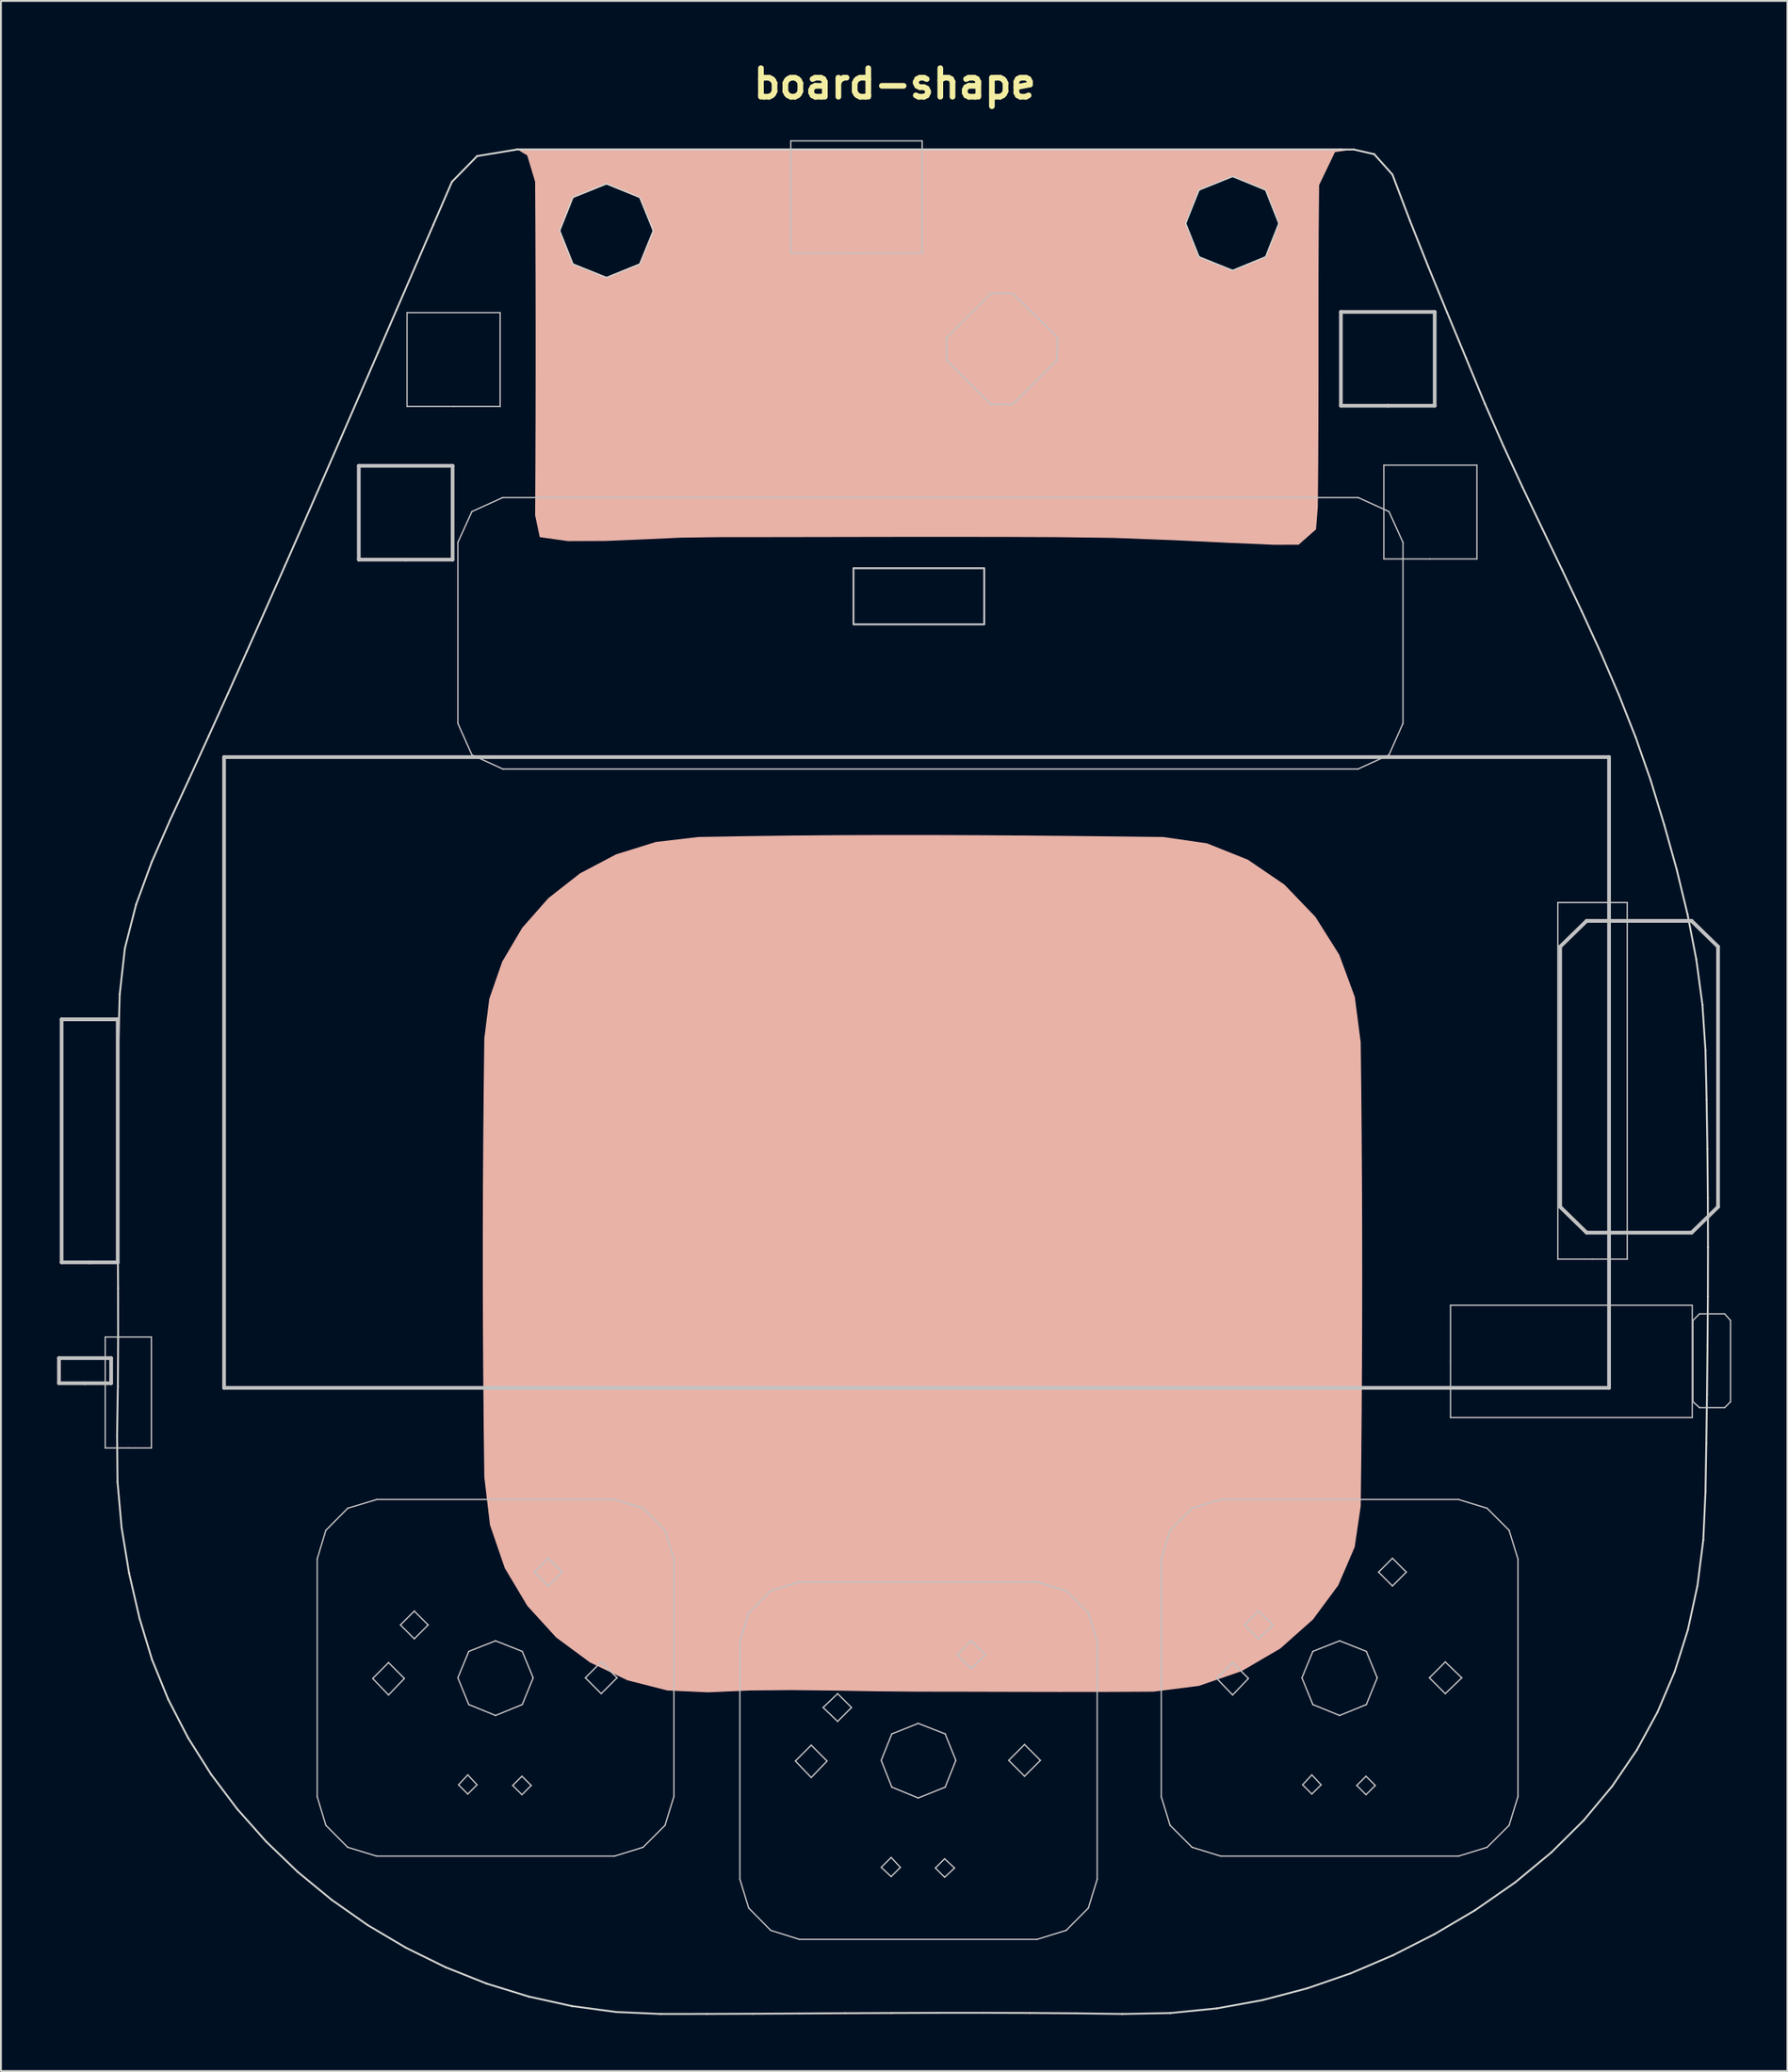
<source format=kicad_pcb>
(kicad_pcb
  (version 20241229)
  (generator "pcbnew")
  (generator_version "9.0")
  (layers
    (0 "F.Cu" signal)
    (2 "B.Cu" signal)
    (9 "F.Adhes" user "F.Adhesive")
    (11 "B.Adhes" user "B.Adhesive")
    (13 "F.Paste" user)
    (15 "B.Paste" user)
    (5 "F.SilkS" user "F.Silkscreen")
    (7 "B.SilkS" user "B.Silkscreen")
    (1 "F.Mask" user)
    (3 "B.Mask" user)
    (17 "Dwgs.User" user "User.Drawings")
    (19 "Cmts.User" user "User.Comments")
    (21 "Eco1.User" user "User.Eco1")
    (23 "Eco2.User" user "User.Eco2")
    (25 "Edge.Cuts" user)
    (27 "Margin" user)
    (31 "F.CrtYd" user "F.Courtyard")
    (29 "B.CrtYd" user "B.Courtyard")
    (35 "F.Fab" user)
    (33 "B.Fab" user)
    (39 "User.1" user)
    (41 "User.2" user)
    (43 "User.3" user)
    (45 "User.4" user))
  (footprint "board-shape"
    (layer "F.Cu")
    (at 44.743 54.569)
    (property "Reference" "board-shape" (at 0 -53.143 0) (layer "F.SilkS") (effects (font (size 1.524 1.524) (thickness 0.305))))
    (attr smd)
    (fp_line (start -17.903 -45.297) (end -17.194 -47.078) (stroke (width 0.07) (type solid)) (layer "B.SilkS"))
    (fp_line (start -17.194 -47.078) (end -15.399 -47.801) (stroke (width 0.07) (type solid)) (layer "B.SilkS"))
    (fp_line (start -17.194 -43.515) (end -17.903 -45.297) (stroke (width 0.07) (type solid)) (layer "B.SilkS"))
    (fp_line (start -15.399 -47.801) (end -13.617 -47.078) (stroke (width 0.07) (type solid)) (layer "B.SilkS"))
    (fp_line (start -15.399 -42.792) (end -17.194 -43.515) (stroke (width 0.07) (type solid)) (layer "B.SilkS"))
    (fp_line (start -13.617 -47.078) (end -12.894 -45.297) (stroke (width 0.07) (type solid)) (layer "B.SilkS"))
    (fp_line (start -13.617 -43.515) (end -15.399 -42.792) (stroke (width 0.07) (type solid)) (layer "B.SilkS"))
    (fp_line (start -12.894 -45.297) (end -13.617 -43.515) (stroke (width 0.07) (type solid)) (layer "B.SilkS"))
    (fp_poly (pts (xy -20.161 -49.638) (xy 18.044 -48.189) (xy 19.808 -47.466) (xy 20.514 -45.685) (xy 19.808 -43.903) (xy 18.044 -43.18) (xy 16.25 -43.903) (xy 15.54 -45.685) (xy 16.25 -47.466) (xy 18.044 -48.189) (xy -20.161 -49.638) (xy -15.399 -47.801) (xy -13.617 -47.078) (xy -12.894 -45.297) (xy -13.617 -43.515) (xy -15.399 -42.792) (xy -17.193 -43.515) (xy -17.903 -45.297) (xy -17.193 -47.078) (xy -15.399 -47.801) (xy -20.161 -49.638) (xy -19.632 -49.318) (xy -19.209 -47.907) (xy -19.196 -45.354) (xy -19.187 -42.805) (xy -19.183 -40.259) (xy -19.183 -37.715) (xy -19.187 -35.173) (xy -19.196 -32.632) (xy -19.209 -30.092) (xy -18.962 -28.928) (xy -17.445 -28.716) (xy -15.44 -28.724) (xy -13.441 -28.809) (xy -11.442 -28.9) (xy -9.437 -28.928) (xy -6.862 -28.93) (xy -4.281 -28.934) (xy -1.696 -28.939) (xy 0.893 -28.943) (xy 3.484 -28.943) (xy 6.073 -28.939) (xy 8.66 -28.928) (xy 11.697 -28.888) (xy 14.907 -28.765) (xy 17.89 -28.623) (xy 20.246 -28.521) (xy 21.571 -28.523) (xy 22.502 -29.345) (xy 22.596 -30.551) (xy 22.618 -33.013) (xy 22.628 -35.472) (xy 22.631 -37.927) (xy 22.631 -40.38) (xy 22.633 -42.832) (xy 22.643 -45.282) (xy 22.666 -47.731) (xy 23.513 -49.495) (xy 24.394 -49.617) (xy 24.394 -49.638) (xy -20.161 -49.638)) (stroke (width 0) (type solid)) (fill yes) (layer "B.SilkS"))
    (fp_poly (pts (xy 1.217 32.738) (xy -1.03 32.718) (xy -3.278 32.679) (xy -5.522 32.654) (xy -7.753 32.674) (xy -9.966 32.773) (xy -12.147 32.674) (xy -14.275 32.132) (xy -16.28 31.177) (xy -18.089 29.841) (xy -19.629 28.151) (xy -20.83 26.14) (xy -21.62 23.837) (xy -21.925 21.272) (xy -21.956 18.672) (xy -21.98 16.07) (xy -21.996 13.467) (xy -22.004 10.863) (xy -22.004 8.258) (xy -21.996 5.654) (xy -21.98 3.05) (xy -21.956 0.448) (xy -21.925 -2.152) (xy -21.658 -4.27) (xy -20.968 -6.254) (xy -19.899 -8.062) (xy -18.499 -9.649) (xy -16.812 -10.971) (xy -14.886 -11.985) (xy -12.765 -12.646) (xy -10.495 -12.912) (xy -8.009 -12.957) (xy -5.525 -12.99) (xy -3.042 -13.01) (xy -0.559 -13.018) (xy 1.923 -13.018) (xy 4.405 -13.008) (xy 6.887 -12.992) (xy 9.37 -12.969) (xy 11.854 -12.942) (xy 14.34 -12.912) (xy 16.676 -12.574) (xy 18.857 -11.702) (xy 20.81 -10.371) (xy 22.462 -8.654) (xy 23.741 -6.627) (xy 24.574 -4.364) (xy 24.888 -1.94) (xy 24.917 0.536) (xy 24.939 3.013) (xy 24.955 5.489) (xy 24.965 7.966) (xy 24.968 10.442) (xy 24.965 12.919) (xy 24.955 15.395) (xy 24.939 17.872) (xy 24.917 20.348) (xy 24.888 22.825) (xy 24.567 25.012) (xy 23.689 27.055) (xy 22.336 28.885) (xy 20.589 30.436) (xy 18.531 31.639) (xy 16.245 32.429) (xy 13.811 32.738) (xy 11.306 32.751) (xy 8.789 32.753) (xy 6.265 32.748) (xy 3.739 32.741) (xy 1.217 32.738) (xy 1.217 32.738)) (stroke (width 0) (type solid)) (fill yes) (layer "B.SilkS"))
    (fp_line (start -44.644 14.922) (end -41.857 14.922) (stroke (width 0.198) (type solid)) (layer "Dwgs.User"))
    (fp_line (start -44.644 16.263) (end -44.644 14.922) (stroke (width 0.198) (type solid)) (layer "Dwgs.User"))
    (fp_line (start -44.503 -3.175) (end -41.504 -3.175) (stroke (width 0.198) (type solid)) (layer "Dwgs.User"))
    (fp_line (start -44.503 9.807) (end -44.503 -3.175) (stroke (width 0.198) (type solid)) (layer "Dwgs.User"))
    (fp_line (start -43.268 16.263) (end -44.644 16.263) (stroke (width 0.198) (type solid)) (layer "Dwgs.User"))
    (fp_line (start -42.986 9.807) (end -44.503 9.807) (stroke (width 0.198) (type solid)) (layer "Dwgs.User"))
    (fp_line (start -42.175 13.794) (end -39.705 13.794) (stroke (width 0.07) (type solid)) (layer "Dwgs.User"))
    (fp_line (start -42.175 19.72) (end -42.175 13.794) (stroke (width 0.07) (type solid)) (layer "Dwgs.User"))
    (fp_line (start -41.857 14.922) (end -41.857 16.263) (stroke (width 0.198) (type solid)) (layer "Dwgs.User"))
    (fp_line (start -41.857 16.263) (end -43.268 16.263) (stroke (width 0.198) (type solid)) (layer "Dwgs.User"))
    (fp_line (start -41.504 -3.175) (end -41.504 9.807) (stroke (width 0.198) (type solid)) (layer "Dwgs.User"))
    (fp_line (start -41.504 9.807) (end -42.986 9.807) (stroke (width 0.198) (type solid)) (layer "Dwgs.User"))
    (fp_line (start -40.94 19.72) (end -42.175 19.72) (stroke (width 0.07) (type solid)) (layer "Dwgs.User"))
    (fp_line (start -39.705 13.794) (end -39.705 19.72) (stroke (width 0.07) (type solid)) (layer "Dwgs.User"))
    (fp_line (start -39.705 19.72) (end -40.94 19.72) (stroke (width 0.07) (type solid)) (layer "Dwgs.User"))
    (fp_line (start -35.825 -17.18) (end 38.153 -17.18) (stroke (width 0.198) (type solid)) (layer "Dwgs.User"))
    (fp_line (start -35.825 16.51) (end -35.825 -17.18) (stroke (width 0.198) (type solid)) (layer "Dwgs.User"))
    (fp_line (start -30.85 25.647) (end -30.85 38.347) (stroke (width 0.07) (type solid)) (layer "Dwgs.User"))
    (fp_line (start -30.85 38.347) (end -30.388 39.876) (stroke (width 0.07) (type solid)) (layer "Dwgs.User"))
    (fp_line (start -30.388 24.118) (end -30.85 25.647) (stroke (width 0.07) (type solid)) (layer "Dwgs.User"))
    (fp_line (start -30.388 39.876) (end -29.22 41.051) (stroke (width 0.07) (type solid)) (layer "Dwgs.User"))
    (fp_line (start -29.22 22.942) (end -30.388 24.118) (stroke (width 0.07) (type solid)) (layer "Dwgs.User"))
    (fp_line (start -29.22 41.051) (end -27.675 41.522) (stroke (width 0.07) (type solid)) (layer "Dwgs.User"))
    (fp_line (start -28.628 -32.738) (end -23.618 -32.738) (stroke (width 0.198) (type solid)) (layer "Dwgs.User"))
    (fp_line (start -28.628 -27.728) (end -28.628 -32.738) (stroke (width 0.198) (type solid)) (layer "Dwgs.User"))
    (fp_line (start -27.887 32.032) (end -27.04 31.185) (stroke (width 0.07) (type solid)) (layer "Dwgs.User"))
    (fp_line (start -27.675 22.472) (end -29.22 22.942) (stroke (width 0.07) (type solid)) (layer "Dwgs.User"))
    (fp_line (start -27.675 41.522) (end -14.975 41.522) (stroke (width 0.07) (type solid)) (layer "Dwgs.User"))
    (fp_line (start -27.04 31.185) (end -26.194 32.032) (stroke (width 0.07) (type solid)) (layer "Dwgs.User"))
    (fp_line (start -27.04 32.914) (end -27.887 32.032) (stroke (width 0.07) (type solid)) (layer "Dwgs.User"))
    (fp_line (start -26.405 29.175) (end -25.665 28.434) (stroke (width 0.07) (type solid)) (layer "Dwgs.User"))
    (fp_line (start -26.194 32.032) (end -27.04 32.914) (stroke (width 0.07) (type solid)) (layer "Dwgs.User"))
    (fp_line (start -26.123 -27.728) (end -28.628 -27.728) (stroke (width 0.198) (type solid)) (layer "Dwgs.User"))
    (fp_line (start -26.053 -40.922) (end -21.078 -40.922) (stroke (width 0.07) (type solid)) (layer "Dwgs.User"))
    (fp_line (start -26.053 -35.913) (end -26.053 -40.922) (stroke (width 0.07) (type solid)) (layer "Dwgs.User"))
    (fp_line (start -25.665 28.434) (end -24.924 29.175) (stroke (width 0.07) (type solid)) (layer "Dwgs.User"))
    (fp_line (start -25.665 29.915) (end -26.405 29.175) (stroke (width 0.07) (type solid)) (layer "Dwgs.User"))
    (fp_line (start -24.924 29.175) (end -25.665 29.915) (stroke (width 0.07) (type solid)) (layer "Dwgs.User"))
    (fp_line (start -23.618 -32.738) (end -23.618 -27.728) (stroke (width 0.198) (type solid)) (layer "Dwgs.User"))
    (fp_line (start -23.618 -27.728) (end -26.123 -27.728) (stroke (width 0.198) (type solid)) (layer "Dwgs.User"))
    (fp_line (start -23.548 -35.913) (end -26.053 -35.913) (stroke (width 0.07) (type solid)) (layer "Dwgs.User"))
    (fp_line (start -23.336 -28.646) (end -23.336 -18.98) (stroke (width 0.07) (type solid)) (layer "Dwgs.User"))
    (fp_line (start -23.336 -18.98) (end -22.587 -17.299) (stroke (width 0.07) (type solid)) (layer "Dwgs.User"))
    (fp_line (start -23.336 31.997) (end -22.754 30.586) (stroke (width 0.07) (type solid)) (layer "Dwgs.User"))
    (fp_line (start -23.301 37.712) (end -22.807 37.183) (stroke (width 0.07) (type solid)) (layer "Dwgs.User"))
    (fp_line (start -22.807 37.183) (end -22.313 37.712) (stroke (width 0.07) (type solid)) (layer "Dwgs.User"))
    (fp_line (start -22.807 38.206) (end -23.301 37.712) (stroke (width 0.07) (type solid)) (layer "Dwgs.User"))
    (fp_line (start -22.754 30.586) (end -21.325 30.021) (stroke (width 0.07) (type solid)) (layer "Dwgs.User"))
    (fp_line (start -22.754 33.426) (end -23.336 31.997) (stroke (width 0.07) (type solid)) (layer "Dwgs.User"))
    (fp_line (start -22.587 -30.295) (end -23.336 -28.646) (stroke (width 0.07) (type solid)) (layer "Dwgs.User"))
    (fp_line (start -22.587 -17.299) (end -20.937 -16.545) (stroke (width 0.07) (type solid)) (layer "Dwgs.User"))
    (fp_line (start -22.313 37.712) (end -22.807 38.206) (stroke (width 0.07) (type solid)) (layer "Dwgs.User"))
    (fp_line (start -21.325 30.021) (end -19.897 30.586) (stroke (width 0.07) (type solid)) (layer "Dwgs.User"))
    (fp_line (start -21.325 34.008) (end -22.754 33.426) (stroke (width 0.07) (type solid)) (layer "Dwgs.User"))
    (fp_line (start -21.078 -40.922) (end -21.078 -35.913) (stroke (width 0.07) (type solid)) (layer "Dwgs.User"))
    (fp_line (start -21.078 -35.913) (end -23.548 -35.913) (stroke (width 0.07) (type solid)) (layer "Dwgs.User"))
    (fp_line (start -20.937 -31.045) (end -22.587 -30.295) (stroke (width 0.07) (type solid)) (layer "Dwgs.User"))
    (fp_line (start -20.937 -16.545) (end 24.747 -16.545) (stroke (width 0.07) (type solid)) (layer "Dwgs.User"))
    (fp_line (start -20.408 37.747) (end -19.914 37.253) (stroke (width 0.07) (type solid)) (layer "Dwgs.User"))
    (fp_line (start -19.914 37.253) (end -19.42 37.747) (stroke (width 0.07) (type solid)) (layer "Dwgs.User"))
    (fp_line (start -19.914 38.241) (end -20.408 37.747) (stroke (width 0.07) (type solid)) (layer "Dwgs.User"))
    (fp_line (start -19.897 30.586) (end -19.315 31.997) (stroke (width 0.07) (type solid)) (layer "Dwgs.User"))
    (fp_line (start -19.897 33.426) (end -21.325 34.008) (stroke (width 0.07) (type solid)) (layer "Dwgs.User"))
    (fp_line (start -19.42 37.747) (end -19.914 38.241) (stroke (width 0.07) (type solid)) (layer "Dwgs.User"))
    (fp_line (start -19.315 31.997) (end -19.897 33.426) (stroke (width 0.07) (type solid)) (layer "Dwgs.User"))
    (fp_line (start -19.244 26.352) (end -18.503 25.612) (stroke (width 0.07) (type solid)) (layer "Dwgs.User"))
    (fp_line (start -18.503 25.612) (end -17.762 26.352) (stroke (width 0.07) (type solid)) (layer "Dwgs.User"))
    (fp_line (start -18.503 27.093) (end -19.244 26.352) (stroke (width 0.07) (type solid)) (layer "Dwgs.User"))
    (fp_line (start -17.762 26.352) (end -18.503 27.093) (stroke (width 0.07) (type solid)) (layer "Dwgs.User"))
    (fp_line (start -16.528 31.997) (end -15.681 31.15) (stroke (width 0.07) (type solid)) (layer "Dwgs.User"))
    (fp_line (start -15.681 31.15) (end -14.834 31.997) (stroke (width 0.07) (type solid)) (layer "Dwgs.User"))
    (fp_line (start -15.681 32.844) (end -16.528 31.997) (stroke (width 0.07) (type solid)) (layer "Dwgs.User"))
    (fp_line (start -14.975 22.472) (end -27.675 22.472) (stroke (width 0.07) (type solid)) (layer "Dwgs.User"))
    (fp_line (start -14.975 41.522) (end -13.447 41.051) (stroke (width 0.07) (type solid)) (layer "Dwgs.User"))
    (fp_line (start -14.834 31.997) (end -15.681 32.844) (stroke (width 0.07) (type solid)) (layer "Dwgs.User"))
    (fp_line (start -13.447 22.942) (end -14.975 22.472) (stroke (width 0.07) (type solid)) (layer "Dwgs.User"))
    (fp_line (start -13.447 41.051) (end -12.271 39.876) (stroke (width 0.07) (type solid)) (layer "Dwgs.User"))
    (fp_line (start -12.271 24.118) (end -13.447 22.942) (stroke (width 0.07) (type solid)) (layer "Dwgs.User"))
    (fp_line (start -12.271 39.876) (end -11.8 38.347) (stroke (width 0.07) (type solid)) (layer "Dwgs.User"))
    (fp_line (start -11.8 25.647) (end -12.271 24.118) (stroke (width 0.07) (type solid)) (layer "Dwgs.User"))
    (fp_line (start -11.8 38.347) (end -11.8 25.647) (stroke (width 0.07) (type solid)) (layer "Dwgs.User"))
    (fp_line (start -8.273 30.057) (end -8.273 42.757) (stroke (width 0.07) (type solid)) (layer "Dwgs.User"))
    (fp_line (start -8.273 42.757) (end -7.802 44.294) (stroke (width 0.07) (type solid)) (layer "Dwgs.User"))
    (fp_line (start -7.802 28.528) (end -8.273 30.057) (stroke (width 0.07) (type solid)) (layer "Dwgs.User"))
    (fp_line (start -7.802 44.294) (end -6.626 45.487) (stroke (width 0.07) (type solid)) (layer "Dwgs.User"))
    (fp_line (start -6.626 27.352) (end -7.802 28.528) (stroke (width 0.07) (type solid)) (layer "Dwgs.User"))
    (fp_line (start -6.626 45.487) (end -5.098 45.967) (stroke (width 0.07) (type solid)) (layer "Dwgs.User"))
    (fp_line (start -5.556 -50.095) (end 1.464 -50.095) (stroke (width 0.07) (type solid)) (layer "Dwgs.User"))
    (fp_line (start -5.556 -44.097) (end -5.556 -50.095) (stroke (width 0.07) (type solid)) (layer "Dwgs.User"))
    (fp_line (start -5.309 36.442) (end -4.463 35.595) (stroke (width 0.07) (type solid)) (layer "Dwgs.User"))
    (fp_line (start -5.098 26.882) (end -6.626 27.352) (stroke (width 0.07) (type solid)) (layer "Dwgs.User"))
    (fp_line (start -5.098 45.967) (end 7.602 45.967) (stroke (width 0.07) (type solid)) (layer "Dwgs.User"))
    (fp_line (start -4.463 35.595) (end -3.616 36.442) (stroke (width 0.07) (type solid)) (layer "Dwgs.User"))
    (fp_line (start -4.463 37.324) (end -5.309 36.442) (stroke (width 0.07) (type solid)) (layer "Dwgs.User"))
    (fp_line (start -3.828 33.584) (end -3.052 32.844) (stroke (width 0.07) (type solid)) (layer "Dwgs.User"))
    (fp_line (start -3.616 36.442) (end -4.463 37.324) (stroke (width 0.07) (type solid)) (layer "Dwgs.User"))
    (fp_line (start -3.052 32.844) (end -2.311 33.584) (stroke (width 0.07) (type solid)) (layer "Dwgs.User"))
    (fp_line (start -3.052 34.325) (end -3.828 33.584) (stroke (width 0.07) (type solid)) (layer "Dwgs.User"))
    (fp_line (start -2.311 33.584) (end -3.052 34.325) (stroke (width 0.07) (type solid)) (layer "Dwgs.User"))
    (fp_line (start -2.205 -27.27) (end 4.78 -27.27) (stroke (width 0.07) (type solid)) (layer "Dwgs.User"))
    (fp_line (start -2.205 -24.271) (end -2.205 -27.27) (stroke (width 0.07) (type solid)) (layer "Dwgs.User"))
    (fp_line (start -2.064 -44.097) (end -5.556 -44.097) (stroke (width 0.07) (type solid)) (layer "Dwgs.User"))
    (fp_line (start -0.723 36.407) (end -0.159 34.995) (stroke (width 0.07) (type solid)) (layer "Dwgs.User"))
    (fp_line (start -0.723 42.122) (end -0.194 41.592) (stroke (width 0.07) (type solid)) (layer "Dwgs.User"))
    (fp_line (start -0.194 41.592) (end 0.3 42.122) (stroke (width 0.07) (type solid)) (layer "Dwgs.User"))
    (fp_line (start -0.194 42.615) (end -0.723 42.122) (stroke (width 0.07) (type solid)) (layer "Dwgs.User"))
    (fp_line (start -0.159 34.995) (end 1.252 34.431) (stroke (width 0.07) (type solid)) (layer "Dwgs.User"))
    (fp_line (start -0.159 37.835) (end -0.723 36.407) (stroke (width 0.07) (type solid)) (layer "Dwgs.User"))
    (fp_line (start 0.3 42.122) (end -0.194 42.615) (stroke (width 0.07) (type solid)) (layer "Dwgs.User"))
    (fp_line (start 1.182 16.51) (end -35.825 16.51) (stroke (width 0.198) (type solid)) (layer "Dwgs.User"))
    (fp_line (start 1.252 34.431) (end 2.694 34.995) (stroke (width 0.07) (type solid)) (layer "Dwgs.User"))
    (fp_line (start 1.252 38.417) (end -0.159 37.835) (stroke (width 0.07) (type solid)) (layer "Dwgs.User"))
    (fp_line (start 1.288 -24.271) (end -2.205 -24.271) (stroke (width 0.07) (type solid)) (layer "Dwgs.User"))
    (fp_line (start 1.464 -50.095) (end 1.464 -44.097) (stroke (width 0.07) (type solid)) (layer "Dwgs.User"))
    (fp_line (start 1.464 -44.097) (end -2.064 -44.097) (stroke (width 0.07) (type solid)) (layer "Dwgs.User"))
    (fp_line (start 2.17 42.157) (end 2.663 41.663) (stroke (width 0.07) (type solid)) (layer "Dwgs.User"))
    (fp_line (start 2.663 41.663) (end 3.193 42.157) (stroke (width 0.07) (type solid)) (layer "Dwgs.User"))
    (fp_line (start 2.663 42.651) (end 2.17 42.157) (stroke (width 0.07) (type solid)) (layer "Dwgs.User"))
    (fp_line (start 2.694 34.995) (end 3.263 36.407) (stroke (width 0.07) (type solid)) (layer "Dwgs.User"))
    (fp_line (start 2.694 37.835) (end 1.252 38.417) (stroke (width 0.07) (type solid)) (layer "Dwgs.User"))
    (fp_line (start 2.769 -39.582) (end 2.769 -38.382) (stroke (width 0.07) (type solid)) (layer "Dwgs.User"))
    (fp_line (start 2.769 -38.382) (end 5.133 -36.019) (stroke (width 0.07) (type solid)) (layer "Dwgs.User"))
    (fp_line (start 3.193 42.157) (end 2.663 42.651) (stroke (width 0.07) (type solid)) (layer "Dwgs.User"))
    (fp_line (start 3.263 36.407) (end 2.694 37.835) (stroke (width 0.07) (type solid)) (layer "Dwgs.User"))
    (fp_line (start 3.334 30.762) (end 4.075 30.021) (stroke (width 0.07) (type solid)) (layer "Dwgs.User"))
    (fp_line (start 4.075 30.021) (end 4.851 30.762) (stroke (width 0.07) (type solid)) (layer "Dwgs.User"))
    (fp_line (start 4.075 31.503) (end 3.334 30.762) (stroke (width 0.07) (type solid)) (layer "Dwgs.User"))
    (fp_line (start 4.78 -27.27) (end 4.78 -24.271) (stroke (width 0.07) (type solid)) (layer "Dwgs.User"))
    (fp_line (start 4.78 -24.271) (end 1.288 -24.271) (stroke (width 0.07) (type solid)) (layer "Dwgs.User"))
    (fp_line (start 4.851 30.762) (end 4.075 31.503) (stroke (width 0.07) (type solid)) (layer "Dwgs.User"))
    (fp_line (start 5.133 -36.019) (end 6.297 -36.019) (stroke (width 0.07) (type solid)) (layer "Dwgs.User"))
    (fp_line (start 5.133 -41.945) (end 2.769 -39.582) (stroke (width 0.07) (type solid)) (layer "Dwgs.User"))
    (fp_line (start 6.085 36.407) (end 6.932 35.56) (stroke (width 0.07) (type solid)) (layer "Dwgs.User"))
    (fp_line (start 6.297 -36.019) (end 8.661 -38.382) (stroke (width 0.07) (type solid)) (layer "Dwgs.User"))
    (fp_line (start 6.297 -41.945) (end 5.133 -41.945) (stroke (width 0.07) (type solid)) (layer "Dwgs.User"))
    (fp_line (start 6.932 35.56) (end 7.779 36.407) (stroke (width 0.07) (type solid)) (layer "Dwgs.User"))
    (fp_line (start 6.932 37.253) (end 6.085 36.407) (stroke (width 0.07) (type solid)) (layer "Dwgs.User"))
    (fp_line (start 7.602 26.882) (end -5.098 26.882) (stroke (width 0.07) (type solid)) (layer "Dwgs.User"))
    (fp_line (start 7.602 45.967) (end 9.156 45.487) (stroke (width 0.07) (type solid)) (layer "Dwgs.User"))
    (fp_line (start 7.779 36.407) (end 6.932 37.253) (stroke (width 0.07) (type solid)) (layer "Dwgs.User"))
    (fp_line (start 8.661 -38.382) (end 8.696 -39.582) (stroke (width 0.07) (type solid)) (layer "Dwgs.User"))
    (fp_line (start 8.696 -39.582) (end 6.297 -41.945) (stroke (width 0.07) (type solid)) (layer "Dwgs.User"))
    (fp_line (start 9.156 27.352) (end 7.602 26.882) (stroke (width 0.07) (type solid)) (layer "Dwgs.User"))
    (fp_line (start 9.156 45.487) (end 10.341 44.294) (stroke (width 0.07) (type solid)) (layer "Dwgs.User"))
    (fp_line (start 10.341 28.528) (end 9.156 27.352) (stroke (width 0.07) (type solid)) (layer "Dwgs.User"))
    (fp_line (start 10.341 44.294) (end 10.813 42.757) (stroke (width 0.07) (type solid)) (layer "Dwgs.User"))
    (fp_line (start 10.813 30.057) (end 10.341 28.528) (stroke (width 0.07) (type solid)) (layer "Dwgs.User"))
    (fp_line (start 10.813 42.757) (end 10.813 30.057) (stroke (width 0.07) (type solid)) (layer "Dwgs.User"))
    (fp_line (start 14.235 25.647) (end 14.235 38.347) (stroke (width 0.07) (type solid)) (layer "Dwgs.User"))
    (fp_line (start 14.235 38.347) (end 14.705 39.876) (stroke (width 0.07) (type solid)) (layer "Dwgs.User"))
    (fp_line (start 14.705 24.118) (end 14.235 25.647) (stroke (width 0.07) (type solid)) (layer "Dwgs.User"))
    (fp_line (start 14.705 39.876) (end 15.881 41.051) (stroke (width 0.07) (type solid)) (layer "Dwgs.User"))
    (fp_line (start 15.881 22.942) (end 14.705 24.118) (stroke (width 0.07) (type solid)) (layer "Dwgs.User"))
    (fp_line (start 15.881 41.051) (end 17.41 41.522) (stroke (width 0.07) (type solid)) (layer "Dwgs.User"))
    (fp_line (start 17.198 32.032) (end 18.045 31.185) (stroke (width 0.07) (type solid)) (layer "Dwgs.User"))
    (fp_line (start 17.41 22.472) (end 15.881 22.942) (stroke (width 0.07) (type solid)) (layer "Dwgs.User"))
    (fp_line (start 17.41 41.522) (end 30.11 41.522) (stroke (width 0.07) (type solid)) (layer "Dwgs.User"))
    (fp_line (start 18.045 31.185) (end 18.891 32.032) (stroke (width 0.07) (type solid)) (layer "Dwgs.User"))
    (fp_line (start 18.045 32.914) (end 17.198 32.032) (stroke (width 0.07) (type solid)) (layer "Dwgs.User"))
    (fp_line (start 18.68 29.175) (end 19.42 28.434) (stroke (width 0.07) (type solid)) (layer "Dwgs.User"))
    (fp_line (start 18.891 32.032) (end 18.045 32.914) (stroke (width 0.07) (type solid)) (layer "Dwgs.User"))
    (fp_line (start 19.42 28.434) (end 20.197 29.175) (stroke (width 0.07) (type solid)) (layer "Dwgs.User"))
    (fp_line (start 19.42 29.915) (end 18.68 29.175) (stroke (width 0.07) (type solid)) (layer "Dwgs.User"))
    (fp_line (start 20.197 29.175) (end 19.42 29.915) (stroke (width 0.07) (type solid)) (layer "Dwgs.User"))
    (fp_line (start 21.749 31.997) (end 22.331 30.586) (stroke (width 0.07) (type solid)) (layer "Dwgs.User"))
    (fp_line (start 21.784 37.712) (end 22.278 37.183) (stroke (width 0.07) (type solid)) (layer "Dwgs.User"))
    (fp_line (start 22.278 37.183) (end 22.772 37.712) (stroke (width 0.07) (type solid)) (layer "Dwgs.User"))
    (fp_line (start 22.278 38.206) (end 21.784 37.712) (stroke (width 0.07) (type solid)) (layer "Dwgs.User"))
    (fp_line (start 22.331 30.586) (end 23.76 30.021) (stroke (width 0.07) (type solid)) (layer "Dwgs.User"))
    (fp_line (start 22.331 33.426) (end 21.749 31.997) (stroke (width 0.07) (type solid)) (layer "Dwgs.User"))
    (fp_line (start 22.772 37.712) (end 22.278 38.206) (stroke (width 0.07) (type solid)) (layer "Dwgs.User"))
    (fp_line (start 23.76 30.021) (end 25.188 30.586) (stroke (width 0.07) (type solid)) (layer "Dwgs.User"))
    (fp_line (start 23.76 34.008) (end 22.331 33.426) (stroke (width 0.07) (type solid)) (layer "Dwgs.User"))
    (fp_line (start 23.83 -40.958) (end 28.84 -40.958) (stroke (width 0.198) (type solid)) (layer "Dwgs.User"))
    (fp_line (start 23.83 -35.948) (end 23.83 -40.958) (stroke (width 0.198) (type solid)) (layer "Dwgs.User"))
    (fp_line (start 24.677 37.747) (end 25.171 37.253) (stroke (width 0.07) (type solid)) (layer "Dwgs.User"))
    (fp_line (start 24.747 -31.045) (end -20.937 -31.045) (stroke (width 0.07) (type solid)) (layer "Dwgs.User"))
    (fp_line (start 24.747 -16.545) (end 26.397 -17.299) (stroke (width 0.07) (type solid)) (layer "Dwgs.User"))
    (fp_line (start 25.171 37.253) (end 25.665 37.747) (stroke (width 0.07) (type solid)) (layer "Dwgs.User"))
    (fp_line (start 25.171 38.241) (end 24.677 37.747) (stroke (width 0.07) (type solid)) (layer "Dwgs.User"))
    (fp_line (start 25.188 30.586) (end 25.77 31.997) (stroke (width 0.07) (type solid)) (layer "Dwgs.User"))
    (fp_line (start 25.188 33.426) (end 23.76 34.008) (stroke (width 0.07) (type solid)) (layer "Dwgs.User"))
    (fp_line (start 25.665 37.747) (end 25.171 38.241) (stroke (width 0.07) (type solid)) (layer "Dwgs.User"))
    (fp_line (start 25.77 31.997) (end 25.188 33.426) (stroke (width 0.07) (type solid)) (layer "Dwgs.User"))
    (fp_line (start 25.841 26.352) (end 26.582 25.612) (stroke (width 0.07) (type solid)) (layer "Dwgs.User"))
    (fp_line (start 26.123 -32.773) (end 31.097 -32.773) (stroke (width 0.07) (type solid)) (layer "Dwgs.User"))
    (fp_line (start 26.123 -27.764) (end 26.123 -32.773) (stroke (width 0.07) (type solid)) (layer "Dwgs.User"))
    (fp_line (start 26.335 -35.948) (end 23.83 -35.948) (stroke (width 0.198) (type solid)) (layer "Dwgs.User"))
    (fp_line (start 26.397 -30.295) (end 24.747 -31.045) (stroke (width 0.07) (type solid)) (layer "Dwgs.User"))
    (fp_line (start 26.397 -17.299) (end 27.146 -18.98) (stroke (width 0.07) (type solid)) (layer "Dwgs.User"))
    (fp_line (start 26.582 25.612) (end 27.323 26.352) (stroke (width 0.07) (type solid)) (layer "Dwgs.User"))
    (fp_line (start 26.582 27.093) (end 25.841 26.352) (stroke (width 0.07) (type solid)) (layer "Dwgs.User"))
    (fp_line (start 27.146 -28.646) (end 26.397 -30.295) (stroke (width 0.07) (type solid)) (layer "Dwgs.User"))
    (fp_line (start 27.146 -18.98) (end 27.146 -28.646) (stroke (width 0.07) (type solid)) (layer "Dwgs.User"))
    (fp_line (start 27.323 26.352) (end 26.582 27.093) (stroke (width 0.07) (type solid)) (layer "Dwgs.User"))
    (fp_line (start 28.557 31.997) (end 29.404 31.15) (stroke (width 0.07) (type solid)) (layer "Dwgs.User"))
    (fp_line (start 28.593 -27.764) (end 26.123 -27.764) (stroke (width 0.07) (type solid)) (layer "Dwgs.User"))
    (fp_line (start 28.84 -40.958) (end 28.84 -35.948) (stroke (width 0.198) (type solid)) (layer "Dwgs.User"))
    (fp_line (start 28.84 -35.948) (end 26.335 -35.948) (stroke (width 0.198) (type solid)) (layer "Dwgs.User"))
    (fp_line (start 29.404 31.15) (end 30.286 31.997) (stroke (width 0.07) (type solid)) (layer "Dwgs.User"))
    (fp_line (start 29.404 32.844) (end 28.557 31.997) (stroke (width 0.07) (type solid)) (layer "Dwgs.User"))
    (fp_line (start 29.686 12.1) (end 42.598 12.1) (stroke (width 0.07) (type solid)) (layer "Dwgs.User"))
    (fp_line (start 29.686 15.099) (end 29.686 12.1) (stroke (width 0.07) (type solid)) (layer "Dwgs.User"))
    (fp_line (start 29.686 18.097) (end 29.686 15.099) (stroke (width 0.07) (type solid)) (layer "Dwgs.User"))
    (fp_line (start 30.11 22.472) (end 17.41 22.472) (stroke (width 0.07) (type solid)) (layer "Dwgs.User"))
    (fp_line (start 30.11 41.522) (end 31.638 41.051) (stroke (width 0.07) (type solid)) (layer "Dwgs.User"))
    (fp_line (start 30.286 31.997) (end 29.404 32.844) (stroke (width 0.07) (type solid)) (layer "Dwgs.User"))
    (fp_line (start 31.097 -32.773) (end 31.097 -27.764) (stroke (width 0.07) (type solid)) (layer "Dwgs.User"))
    (fp_line (start 31.097 -27.764) (end 28.593 -27.764) (stroke (width 0.07) (type solid)) (layer "Dwgs.User"))
    (fp_line (start 31.638 22.942) (end 30.11 22.472) (stroke (width 0.07) (type solid)) (layer "Dwgs.User"))
    (fp_line (start 31.638 41.051) (end 32.814 39.876) (stroke (width 0.07) (type solid)) (layer "Dwgs.User"))
    (fp_line (start 32.814 24.118) (end 31.638 22.942) (stroke (width 0.07) (type solid)) (layer "Dwgs.User"))
    (fp_line (start 32.814 39.876) (end 33.285 38.347) (stroke (width 0.07) (type solid)) (layer "Dwgs.User"))
    (fp_line (start 33.285 25.647) (end 32.814 24.118) (stroke (width 0.07) (type solid)) (layer "Dwgs.User"))
    (fp_line (start 33.285 38.347) (end 33.285 25.647) (stroke (width 0.07) (type solid)) (layer "Dwgs.User"))
    (fp_line (start 35.417 -9.414) (end 39.121 -9.414) (stroke (width 0.07) (type solid)) (layer "Dwgs.User"))
    (fp_line (start 35.417 9.636) (end 35.417 -9.414) (stroke (width 0.07) (type solid)) (layer "Dwgs.User"))
    (fp_line (start 35.542 -7.056) (end 35.542 6.844) (stroke (width 0.198) (type solid)) (layer "Dwgs.User"))
    (fp_line (start 35.542 6.844) (end 36.953 8.22) (stroke (width 0.198) (type solid)) (layer "Dwgs.User"))
    (fp_line (start 36.953 -8.431) (end 35.542 -7.056) (stroke (width 0.198) (type solid)) (layer "Dwgs.User"))
    (fp_line (start 36.953 8.22) (end 42.563 8.22) (stroke (width 0.198) (type solid)) (layer "Dwgs.User"))
    (fp_line (start 37.252 9.636) (end 35.417 9.636) (stroke (width 0.07) (type solid)) (layer "Dwgs.User"))
    (fp_line (start 38.153 -17.18) (end 38.153 16.51) (stroke (width 0.198) (type solid)) (layer "Dwgs.User"))
    (fp_line (start 38.153 16.51) (end 1.182 16.51) (stroke (width 0.198) (type solid)) (layer "Dwgs.User"))
    (fp_line (start 39.121 -9.414) (end 39.121 9.636) (stroke (width 0.07) (type solid)) (layer "Dwgs.User"))
    (fp_line (start 39.121 9.636) (end 37.252 9.636) (stroke (width 0.07) (type solid)) (layer "Dwgs.User"))
    (fp_line (start 42.563 -8.431) (end 36.953 -8.431) (stroke (width 0.198) (type solid)) (layer "Dwgs.User"))
    (fp_line (start 42.563 8.22) (end 43.974 6.844) (stroke (width 0.198) (type solid)) (layer "Dwgs.User"))
    (fp_line (start 42.598 12.1) (end 42.598 18.097) (stroke (width 0.07) (type solid)) (layer "Dwgs.User"))
    (fp_line (start 42.598 18.097) (end 29.686 18.097) (stroke (width 0.07) (type solid)) (layer "Dwgs.User"))
    (fp_line (start 42.633 12.912) (end 42.633 17.251) (stroke (width 0.07) (type solid)) (layer "Dwgs.User"))
    (fp_line (start 42.633 17.251) (end 42.986 17.568) (stroke (width 0.07) (type solid)) (layer "Dwgs.User"))
    (fp_line (start 42.986 12.559) (end 42.633 12.912) (stroke (width 0.07) (type solid)) (layer "Dwgs.User"))
    (fp_line (start 42.986 17.568) (end 44.327 17.568) (stroke (width 0.07) (type solid)) (layer "Dwgs.User"))
    (fp_line (start 43.974 -7.056) (end 42.563 -8.431) (stroke (width 0.198) (type solid)) (layer "Dwgs.User"))
    (fp_line (start 43.974 6.844) (end 43.974 -7.056) (stroke (width 0.198) (type solid)) (layer "Dwgs.User"))
    (fp_line (start 44.327 12.559) (end 42.986 12.559) (stroke (width 0.07) (type solid)) (layer "Dwgs.User"))
    (fp_line (start 44.327 17.568) (end 44.644 17.251) (stroke (width 0.07) (type solid)) (layer "Dwgs.User"))
    (fp_line (start 44.644 12.912) (end 44.327 12.559) (stroke (width 0.07) (type solid)) (layer "Dwgs.User"))
    (fp_line (start 44.644 17.251) (end 44.644 12.912) (stroke (width 0.07) (type solid)) (layer "Dwgs.User"))
    (fp_poly (pts (xy 1.288 -24.271) (xy -2.205 -24.271) (xy -2.205 -27.27) (xy 4.78 -27.27) (xy 4.78 -24.271) (xy 1.288 -24.271)) (stroke (width 0.1) (type solid)) (fill no) (layer "Dwgs.User"))
    (fp_line (start -41.54 19.05) (end -41.516 21.534) (stroke (width 0.1) (type solid)) (layer "Edge.Cuts"))
    (fp_line (start -41.521 3.342) (end -41.515 5.959) (stroke (width 0.1) (type solid)) (layer "Edge.Cuts"))
    (fp_line (start -41.516 21.534) (end -41.297 23.976) (stroke (width 0.1) (type solid)) (layer "Edge.Cuts"))
    (fp_line (start -41.515 5.959) (end -41.501 8.575) (stroke (width 0.1) (type solid)) (layer "Edge.Cuts"))
    (fp_line (start -41.51 0.725) (end -41.521 3.342) (stroke (width 0.1) (type solid)) (layer "Edge.Cuts"))
    (fp_line (start -41.501 8.575) (end -41.487 11.192) (stroke (width 0.1) (type solid)) (layer "Edge.Cuts"))
    (fp_line (start -41.498 16.429) (end -41.54 19.05) (stroke (width 0.1) (type solid)) (layer "Edge.Cuts"))
    (fp_line (start -41.487 11.192) (end -41.483 13.81) (stroke (width 0.1) (type solid)) (layer "Edge.Cuts"))
    (fp_line (start -41.483 13.81) (end -41.498 16.429) (stroke (width 0.1) (type solid)) (layer "Edge.Cuts"))
    (fp_line (start -41.472 -1.895) (end -41.51 0.725) (stroke (width 0.1) (type solid)) (layer "Edge.Cuts"))
    (fp_line (start -41.398 -4.516) (end -41.472 -1.895) (stroke (width 0.1) (type solid)) (layer "Edge.Cuts"))
    (fp_line (start -41.297 23.976) (end -40.9 26.397) (stroke (width 0.1) (type solid)) (layer "Edge.Cuts"))
    (fp_line (start -41.123 -6.967) (end -41.398 -4.516) (stroke (width 0.1) (type solid)) (layer "Edge.Cuts"))
    (fp_line (start -40.9 26.397) (end -40.34 28.822) (stroke (width 0.1) (type solid)) (layer "Edge.Cuts"))
    (fp_line (start -40.521 -9.313) (end -41.123 -6.967) (stroke (width 0.1) (type solid)) (layer "Edge.Cuts"))
    (fp_line (start -40.34 28.822) (end -39.673 31.024) (stroke (width 0.1) (type solid)) (layer "Edge.Cuts"))
    (fp_line (start -39.687 -11.58) (end -40.521 -9.313) (stroke (width 0.1) (type solid)) (layer "Edge.Cuts"))
    (fp_line (start -39.673 31.024) (end -38.806 33.153) (stroke (width 0.1) (type solid)) (layer "Edge.Cuts"))
    (fp_line (start -38.806 33.153) (end -37.749 35.2) (stroke (width 0.1) (type solid)) (layer "Edge.Cuts"))
    (fp_line (start -38.718 -13.794) (end -39.687 -11.58) (stroke (width 0.1) (type solid)) (layer "Edge.Cuts"))
    (fp_line (start -37.749 35.2) (end -36.517 37.154) (stroke (width 0.1) (type solid)) (layer "Edge.Cuts"))
    (fp_line (start -37.677 -16.047) (end -38.718 -13.794) (stroke (width 0.1) (type solid)) (layer "Edge.Cuts"))
    (fp_line (start -36.645 -18.306) (end -37.677 -16.047) (stroke (width 0.1) (type solid)) (layer "Edge.Cuts"))
    (fp_line (start -36.517 37.154) (end -35.121 39.007) (stroke (width 0.1) (type solid)) (layer "Edge.Cuts"))
    (fp_line (start -35.62 -20.569) (end -36.645 -18.306) (stroke (width 0.1) (type solid)) (layer "Edge.Cuts"))
    (fp_line (start -35.121 39.007) (end -33.573 40.748) (stroke (width 0.1) (type solid)) (layer "Edge.Cuts"))
    (fp_line (start -34.602 -22.836) (end -35.62 -20.569) (stroke (width 0.1) (type solid)) (layer "Edge.Cuts"))
    (fp_line (start -33.589 -25.107) (end -34.602 -22.836) (stroke (width 0.1) (type solid)) (layer "Edge.Cuts"))
    (fp_line (start -33.573 40.748) (end -31.887 42.369) (stroke (width 0.1) (type solid)) (layer "Edge.Cuts"))
    (fp_line (start -32.582 -27.381) (end -33.589 -25.107) (stroke (width 0.1) (type solid)) (layer "Edge.Cuts"))
    (fp_line (start -31.887 42.369) (end -30.074 43.859) (stroke (width 0.1) (type solid)) (layer "Edge.Cuts"))
    (fp_line (start -31.58 -29.658) (end -32.582 -27.381) (stroke (width 0.1) (type solid)) (layer "Edge.Cuts"))
    (fp_line (start -30.581 -31.937) (end -31.58 -29.658) (stroke (width 0.1) (type solid)) (layer "Edge.Cuts"))
    (fp_line (start -30.074 43.859) (end -28.148 45.21) (stroke (width 0.1) (type solid)) (layer "Edge.Cuts"))
    (fp_line (start -29.586 -34.218) (end -30.581 -31.937) (stroke (width 0.1) (type solid)) (layer "Edge.Cuts"))
    (fp_line (start -28.594 -36.499) (end -29.586 -34.218) (stroke (width 0.1) (type solid)) (layer "Edge.Cuts"))
    (fp_line (start -28.148 45.21) (end -26.119 46.411) (stroke (width 0.1) (type solid)) (layer "Edge.Cuts"))
    (fp_line (start -27.604 -38.782) (end -28.594 -36.499) (stroke (width 0.1) (type solid)) (layer "Edge.Cuts"))
    (fp_line (start -26.616 -41.064) (end -27.604 -38.782) (stroke (width 0.1) (type solid)) (layer "Edge.Cuts"))
    (fp_line (start -26.119 46.411) (end -24.001 47.454) (stroke (width 0.1) (type solid)) (layer "Edge.Cuts"))
    (fp_line (start -25.628 -43.346) (end -26.616 -41.064) (stroke (width 0.1) (type solid)) (layer "Edge.Cuts"))
    (fp_line (start -24.641 -45.627) (end -25.628 -43.346) (stroke (width 0.1) (type solid)) (layer "Edge.Cuts"))
    (fp_line (start -24.001 47.454) (end -21.806 48.328) (stroke (width 0.1) (type solid)) (layer "Edge.Cuts"))
    (fp_line (start -23.654 -47.907) (end -24.641 -45.627) (stroke (width 0.1) (type solid)) (layer "Edge.Cuts"))
    (fp_line (start -22.308 -49.283) (end -23.654 -47.907) (stroke (width 0.1) (type solid)) (layer "Edge.Cuts"))
    (fp_line (start -21.806 48.328) (end -19.547 49.025) (stroke (width 0.1) (type solid)) (layer "Edge.Cuts"))
    (fp_line (start -20.161 -49.638) (end -22.308 -49.283) (stroke (width 0.1) (type solid)) (layer "Edge.Cuts"))
    (fp_line (start -19.547 49.025) (end -17.236 49.534) (stroke (width 0.1) (type solid)) (layer "Edge.Cuts"))
    (fp_line (start -17.903 -45.297) (end -17.194 -47.078) (stroke (width 0.07) (type solid)) (layer "Edge.Cuts"))
    (fp_line (start -17.236 49.534) (end -14.885 49.847) (stroke (width 0.1) (type solid)) (layer "Edge.Cuts"))
    (fp_line (start -17.194 -47.078) (end -15.399 -47.801) (stroke (width 0.07) (type solid)) (layer "Edge.Cuts"))
    (fp_line (start -17.194 -43.515) (end -17.903 -45.297) (stroke (width 0.07) (type solid)) (layer "Edge.Cuts"))
    (fp_line (start -15.399 -47.801) (end -13.617 -47.078) (stroke (width 0.07) (type solid)) (layer "Edge.Cuts"))
    (fp_line (start -15.399 -42.792) (end -17.194 -43.515) (stroke (width 0.07) (type solid)) (layer "Edge.Cuts"))
    (fp_line (start -14.885 49.847) (end -12.506 49.953) (stroke (width 0.1) (type solid)) (layer "Edge.Cuts"))
    (fp_line (start -13.617 -47.078) (end -12.894 -45.297) (stroke (width 0.07) (type solid)) (layer "Edge.Cuts"))
    (fp_line (start -13.617 -43.515) (end -15.399 -42.792) (stroke (width 0.07) (type solid)) (layer "Edge.Cuts"))
    (fp_line (start -12.894 -45.297) (end -13.617 -43.515) (stroke (width 0.07) (type solid)) (layer "Edge.Cuts"))
    (fp_line (start -12.506 49.953) (end -10.04 49.95) (stroke (width 0.1) (type solid)) (layer "Edge.Cuts"))
    (fp_line (start -10.04 49.95) (end -7.574 49.94) (stroke (width 0.1) (type solid)) (layer "Edge.Cuts"))
    (fp_line (start -7.574 49.94) (end -5.108 49.927) (stroke (width 0.1) (type solid)) (layer "Edge.Cuts"))
    (fp_line (start -5.108 49.927) (end -2.642 49.913) (stroke (width 0.1) (type solid)) (layer "Edge.Cuts"))
    (fp_line (start -2.642 49.913) (end -0.176 49.901) (stroke (width 0.1) (type solid)) (layer "Edge.Cuts"))
    (fp_line (start -0.176 49.901) (end 2.29 49.892) (stroke (width 0.1) (type solid)) (layer "Edge.Cuts"))
    (fp_line (start 2.29 49.892) (end 4.755 49.891) (stroke (width 0.1) (type solid)) (layer "Edge.Cuts"))
    (fp_line (start 4.755 49.891) (end 7.221 49.899) (stroke (width 0.1) (type solid)) (layer "Edge.Cuts"))
    (fp_line (start 7.221 49.899) (end 9.687 49.919) (stroke (width 0.1) (type solid)) (layer "Edge.Cuts"))
    (fp_line (start 9.687 49.919) (end 12.153 49.953) (stroke (width 0.1) (type solid)) (layer "Edge.Cuts"))
    (fp_line (start 12.153 49.953) (end 14.714 49.904) (stroke (width 0.1) (type solid)) (layer "Edge.Cuts"))
    (fp_line (start 14.714 49.904) (end 17.21 49.654) (stroke (width 0.1) (type solid)) (layer "Edge.Cuts"))
    (fp_line (start 15.54 -45.685) (end 16.25 -47.466) (stroke (width 0.07) (type solid)) (layer "Edge.Cuts"))
    (fp_line (start 16.25 -47.466) (end 18.045 -48.19) (stroke (width 0.07) (type solid)) (layer "Edge.Cuts"))
    (fp_line (start 16.25 -43.903) (end 15.54 -45.685) (stroke (width 0.07) (type solid)) (layer "Edge.Cuts"))
    (fp_line (start 17.21 49.654) (end 19.645 49.212) (stroke (width 0.1) (type solid)) (layer "Edge.Cuts"))
    (fp_line (start 18.045 -48.19) (end 19.808 -47.466) (stroke (width 0.07) (type solid)) (layer "Edge.Cuts"))
    (fp_line (start 18.045 -43.18) (end 16.25 -43.903) (stroke (width 0.07) (type solid)) (layer "Edge.Cuts"))
    (fp_line (start 19.645 49.212) (end 22.022 48.586) (stroke (width 0.1) (type solid)) (layer "Edge.Cuts"))
    (fp_line (start 19.808 -47.466) (end 20.514 -45.685) (stroke (width 0.07) (type solid)) (layer "Edge.Cuts"))
    (fp_line (start 19.808 -43.903) (end 18.045 -43.18) (stroke (width 0.07) (type solid)) (layer "Edge.Cuts"))
    (fp_line (start 20.514 -45.685) (end 19.808 -43.903) (stroke (width 0.07) (type solid)) (layer "Edge.Cuts"))
    (fp_line (start 22.022 48.586) (end 24.343 47.786) (stroke (width 0.1) (type solid)) (layer "Edge.Cuts"))
    (fp_line (start 23.787 -49.638) (end -20.161 -49.638) (stroke (width 0.1) (type solid)) (layer "Edge.Cuts"))
    (fp_line (start 24.343 47.786) (end 26.609 46.818) (stroke (width 0.1) (type solid)) (layer "Edge.Cuts"))
    (fp_line (start 24.528 -49.631) (end 23.787 -49.638) (stroke (width 0.1) (type solid)) (layer "Edge.Cuts"))
    (fp_line (start 25.61 -49.383) (end 24.528 -49.631) (stroke (width 0.1) (type solid)) (layer "Edge.Cuts"))
    (fp_line (start 26.582 -48.295) (end 25.61 -49.383) (stroke (width 0.1) (type solid)) (layer "Edge.Cuts"))
    (fp_line (start 26.609 46.818) (end 28.825 45.692) (stroke (width 0.1) (type solid)) (layer "Edge.Cuts"))
    (fp_line (start 27.519 -45.827) (end 26.582 -48.295) (stroke (width 0.1) (type solid)) (layer "Edge.Cuts"))
    (fp_line (start 28.498 -43.372) (end 27.519 -45.827) (stroke (width 0.1) (type solid)) (layer "Edge.Cuts"))
    (fp_line (start 28.825 45.692) (end 30.991 44.415) (stroke (width 0.1) (type solid)) (layer "Edge.Cuts"))
    (fp_line (start 29.503 -40.927) (end 28.498 -43.372) (stroke (width 0.1) (type solid)) (layer "Edge.Cuts"))
    (fp_line (start 30.516 -38.488) (end 29.503 -40.927) (stroke (width 0.1) (type solid)) (layer "Edge.Cuts"))
    (fp_line (start 30.991 44.415) (end 33.137 42.925) (stroke (width 0.1) (type solid)) (layer "Edge.Cuts"))
    (fp_line (start 31.521 -36.054) (end 30.516 -38.488) (stroke (width 0.1) (type solid)) (layer "Edge.Cuts"))
    (fp_line (start 32.503 -33.818) (end 31.521 -36.054) (stroke (width 0.1) (type solid)) (layer "Edge.Cuts"))
    (fp_line (start 33.137 42.925) (end 35.073 41.322) (stroke (width 0.1) (type solid)) (layer "Edge.Cuts"))
    (fp_line (start 33.53 -31.599) (end 32.503 -33.818) (stroke (width 0.1) (type solid)) (layer "Edge.Cuts"))
    (fp_line (start 34.585 -29.39) (end 33.53 -31.599) (stroke (width 0.1) (type solid)) (layer "Edge.Cuts"))
    (fp_line (start 35.073 41.322) (end 36.8 39.609) (stroke (width 0.1) (type solid)) (layer "Edge.Cuts"))
    (fp_line (start 35.646 -27.183) (end 34.585 -29.39) (stroke (width 0.1) (type solid)) (layer "Edge.Cuts"))
    (fp_line (start 36.694 -24.972) (end 35.646 -27.183) (stroke (width 0.1) (type solid)) (layer "Edge.Cuts"))
    (fp_line (start 36.8 39.609) (end 38.321 37.786) (stroke (width 0.1) (type solid)) (layer "Edge.Cuts"))
    (fp_line (start 37.711 -22.75) (end 36.694 -24.972) (stroke (width 0.1) (type solid)) (layer "Edge.Cuts"))
    (fp_line (start 38.321 37.786) (end 39.636 35.855) (stroke (width 0.1) (type solid)) (layer "Edge.Cuts"))
    (fp_line (start 38.677 -20.509) (end 37.711 -22.75) (stroke (width 0.1) (type solid)) (layer "Edge.Cuts"))
    (fp_line (start 39.571 -18.244) (end 38.677 -20.509) (stroke (width 0.1) (type solid)) (layer "Edge.Cuts"))
    (fp_line (start 39.636 35.855) (end 40.747 33.818) (stroke (width 0.1) (type solid)) (layer "Edge.Cuts"))
    (fp_line (start 40.375 -15.945) (end 39.571 -18.244) (stroke (width 0.1) (type solid)) (layer "Edge.Cuts"))
    (fp_line (start 40.747 33.818) (end 41.656 31.676) (stroke (width 0.1) (type solid)) (layer "Edge.Cuts"))
    (fp_line (start 41.097 -13.576) (end 40.375 -15.945) (stroke (width 0.1) (type solid)) (layer "Edge.Cuts"))
    (fp_line (start 41.656 31.676) (end 42.365 29.43) (stroke (width 0.1) (type solid)) (layer "Edge.Cuts"))
    (fp_line (start 41.762 -11.193) (end 41.097 -13.576) (stroke (width 0.1) (type solid)) (layer "Edge.Cuts"))
    (fp_line (start 42.342 -8.797) (end 41.762 -11.193) (stroke (width 0.1) (type solid)) (layer "Edge.Cuts"))
    (fp_line (start 42.365 29.43) (end 42.874 27.081) (stroke (width 0.1) (type solid)) (layer "Edge.Cuts"))
    (fp_line (start 42.811 -6.386) (end 42.342 -8.797) (stroke (width 0.1) (type solid)) (layer "Edge.Cuts"))
    (fp_line (start 42.874 27.081) (end 43.187 24.632) (stroke (width 0.1) (type solid)) (layer "Edge.Cuts"))
    (fp_line (start 43.14 -3.96) (end 42.811 -6.386) (stroke (width 0.1) (type solid)) (layer "Edge.Cuts"))
    (fp_line (start 43.187 24.632) (end 43.303 22.084) (stroke (width 0.1) (type solid)) (layer "Edge.Cuts"))
    (fp_line (start 43.303 -1.517) (end 43.14 -3.96) (stroke (width 0.1) (type solid)) (layer "Edge.Cuts"))
    (fp_line (start 43.303 22.084) (end 43.347 19.472) (stroke (width 0.1) (type solid)) (layer "Edge.Cuts"))
    (fp_line (start 43.347 19.472) (end 43.385 16.857) (stroke (width 0.1) (type solid)) (layer "Edge.Cuts"))
    (fp_line (start 43.364 1.116) (end 43.303 -1.517) (stroke (width 0.1) (type solid)) (layer "Edge.Cuts"))
    (fp_line (start 43.385 16.857) (end 43.413 14.24) (stroke (width 0.1) (type solid)) (layer "Edge.Cuts"))
    (fp_line (start 43.405 3.746) (end 43.364 1.116) (stroke (width 0.1) (type solid)) (layer "Edge.Cuts"))
    (fp_line (start 43.413 14.24) (end 43.431 11.621) (stroke (width 0.1) (type solid)) (layer "Edge.Cuts"))
    (fp_line (start 43.429 6.374) (end 43.405 3.746) (stroke (width 0.1) (type solid)) (layer "Edge.Cuts"))
    (fp_line (start 43.431 11.621) (end 43.437 8.998) (stroke (width 0.1) (type solid)) (layer "Edge.Cuts"))
    (fp_line (start 43.437 8.998) (end 43.429 6.374) (stroke (width 0.1) (type solid)) (layer "Edge.Cuts")))
  (gr_rect
    (start -3 -3)
    (end 92.422 107.572)
    (stroke (width 0.1) (type default))
    (fill no)
    (layer "Edge.Cuts")))
</source>
